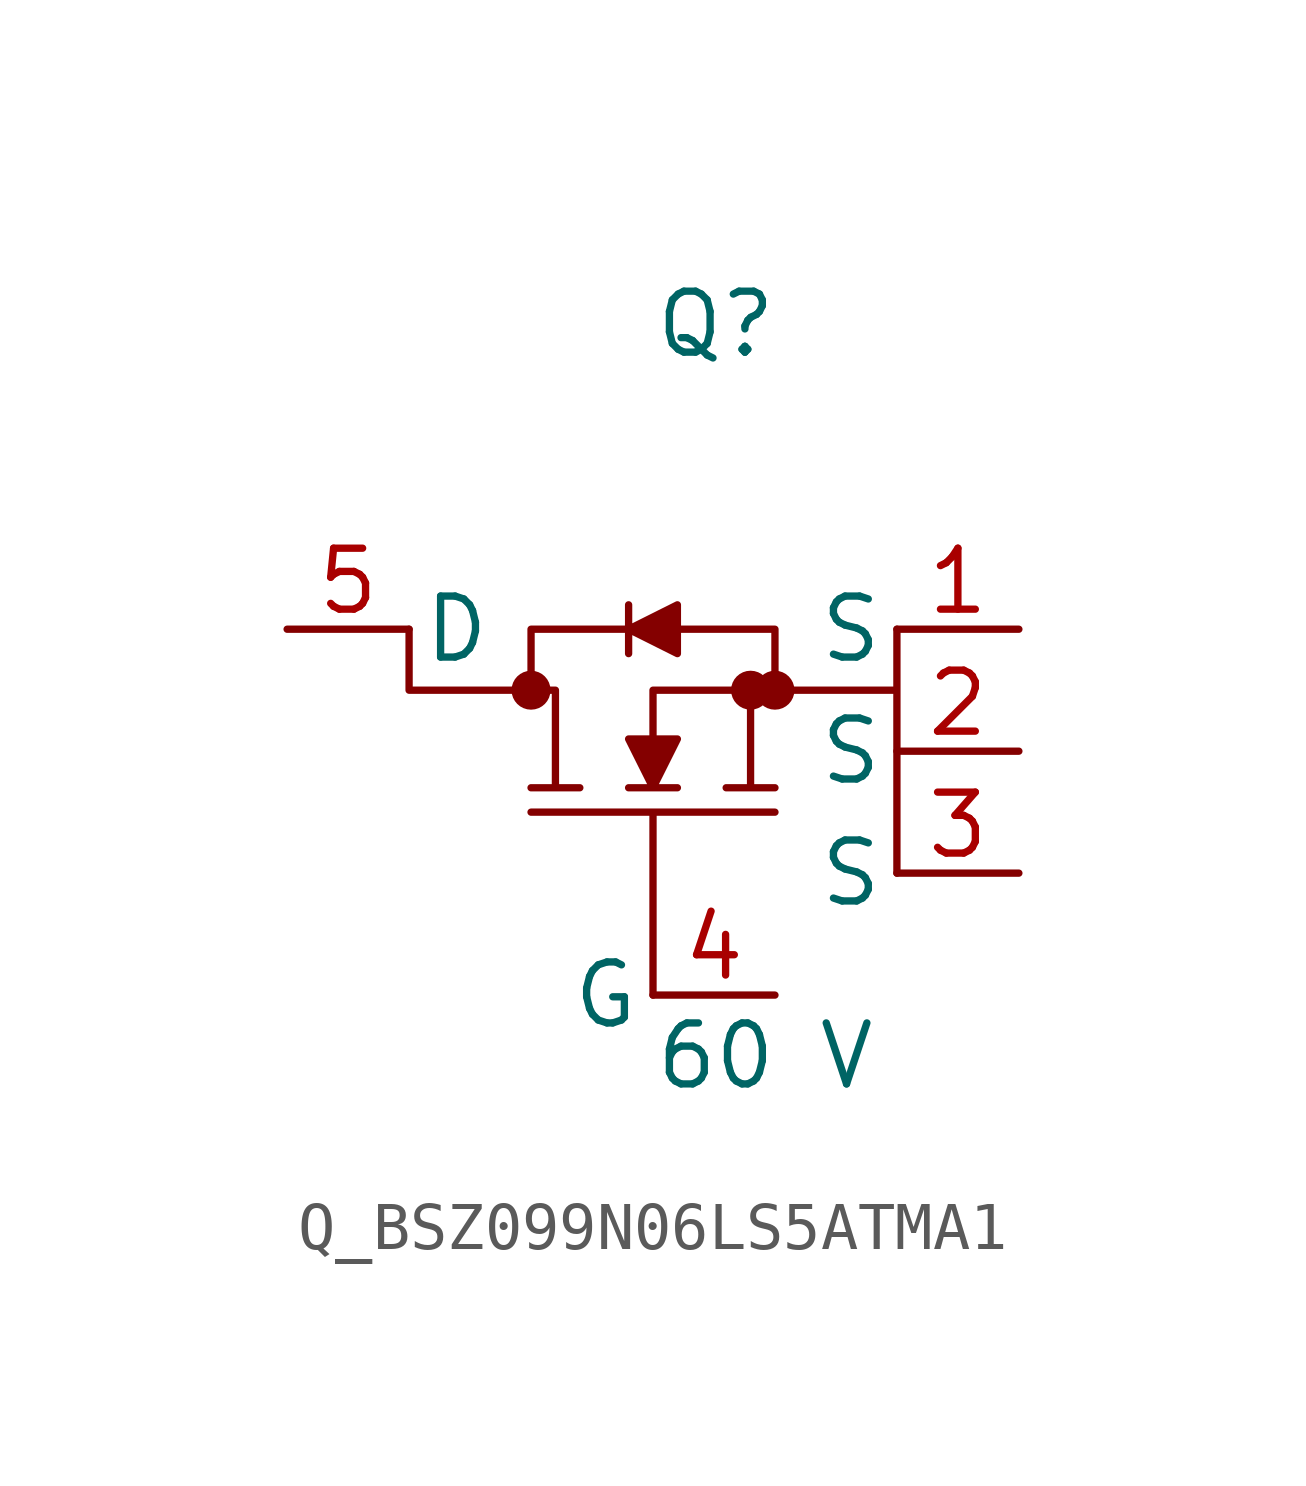
<source format=kicad_sym>
(kicad_symbol_lib
  (version 20231120)
  (generator kicad_symbol_editor)
  (generator_version 8.0)
  (symbol "Q_BSZ099N06LS5ATMA1"
    (pin_names
      (offset 0.254))
    (property "Reference" "Q"
      (at 0 7.62 0)
      (effects (font (size 1.27 1.27)) (justify left)))
    (property "Value" "60 V"
      (at 0 -7.62 0)
      (effects (font (size 1.27 1.27)) (justify left)))
    (symbol "Q_BSZ099N06LS5ATMA1_1_0"
      (polyline (pts (xy 0 -6.35) (xy 0 -2.54) (xy -2.54 -2.54) (xy 2.54 -2.54) (xy 0 -2.54) (xy 0 -6.35)) (stroke (width 0) (type default)) (fill (type none)))
      (polyline (pts (xy 5.08 1.27) (xy 5.08 0.0) (xy 2.54 0.0) (xy 2.54 1.27) (xy 0.508 1.27) (xy 0.508 1.778) (xy -0.508 1.27) (xy -0.508 1.778) (xy -0.508 1.27) (xy -2.54 1.27) (xy -2.54 0.0) (xy -5.08 0.0) (xy -5.08 1.27) (xy -5.08 0.0) (xy -2.032 0.0) (xy -2.032 -2.032) (xy -2.54 -2.032) (xy -1.524 -2.032) (xy -2.032 -2.032) (xy -2.032 0.0) (xy -2.54 0.0) (xy -2.54 1.27) (xy -0.508 1.27) (xy -0.508 0.762) (xy -0.508 1.27) (xy 0.508 0.762) (xy 0.508 1.27) (xy 2.54 1.27) (xy 2.54 0.0) (xy 0 0.0) (xy 0 -1.016) (xy -0.508 -1.016) (xy 0 -2.032) (xy -0.508 -2.032) (xy 0.508 -2.032) (xy 0 -2.032) (xy 0.508 -1.016) (xy 0 -1.016) (xy 0 0.0) (xy 2.032 0.0) (xy 2.032 -2.032) (xy 1.524 -2.032) (xy 2.54 -2.032) (xy 2.032 -2.032) (xy 2.032 0.0) (xy 5.08 0.0) (xy 5.08 -3.81)) (stroke (width 0) (type default)) (fill (type outline)))
      (circle (center -2.54 0.0) (radius 0.025) (stroke (width 0.381) (type default)) (fill (type none)))
      (circle (center 2.032 0.0) (radius 0.025) (stroke (width 0.381) (type default)) (fill (type none)))
      (circle (center 2.54 0.0) (radius 0.025) (stroke (width 0.381) (type default)) (fill (type none)))
      (pin passive line (at -7.62 1.27 0) (length 2.54) (name "D" (effects (font (size 1.27 1.27)))) (number "5" (effects (font (size 1.27 1.27)))))
      (pin passive line (at 7.62 1.27 180) (length 2.54) (name "S" (effects (font (size 1.27 1.27)))) (number "1" (effects (font (size 1.27 1.27)))))
      (pin passive line (at 7.62 -1.27 180) (length 2.54) (name "S" (effects (font (size 1.27 1.27)))) (number "2" (effects (font (size 1.27 1.27)))))
      (pin passive line (at 7.62 -3.81 180) (length 2.54) (name "S" (effects (font (size 1.27 1.27)))) (number "3" (effects (font (size 1.27 1.27)))))
      (pin passive line (at 2.54 -6.35 180) (length 2.54) (name "G" (effects (font (size 1.27 1.27)))) (number "4" (effects (font (size 1.27 1.27))))))))
</source>
